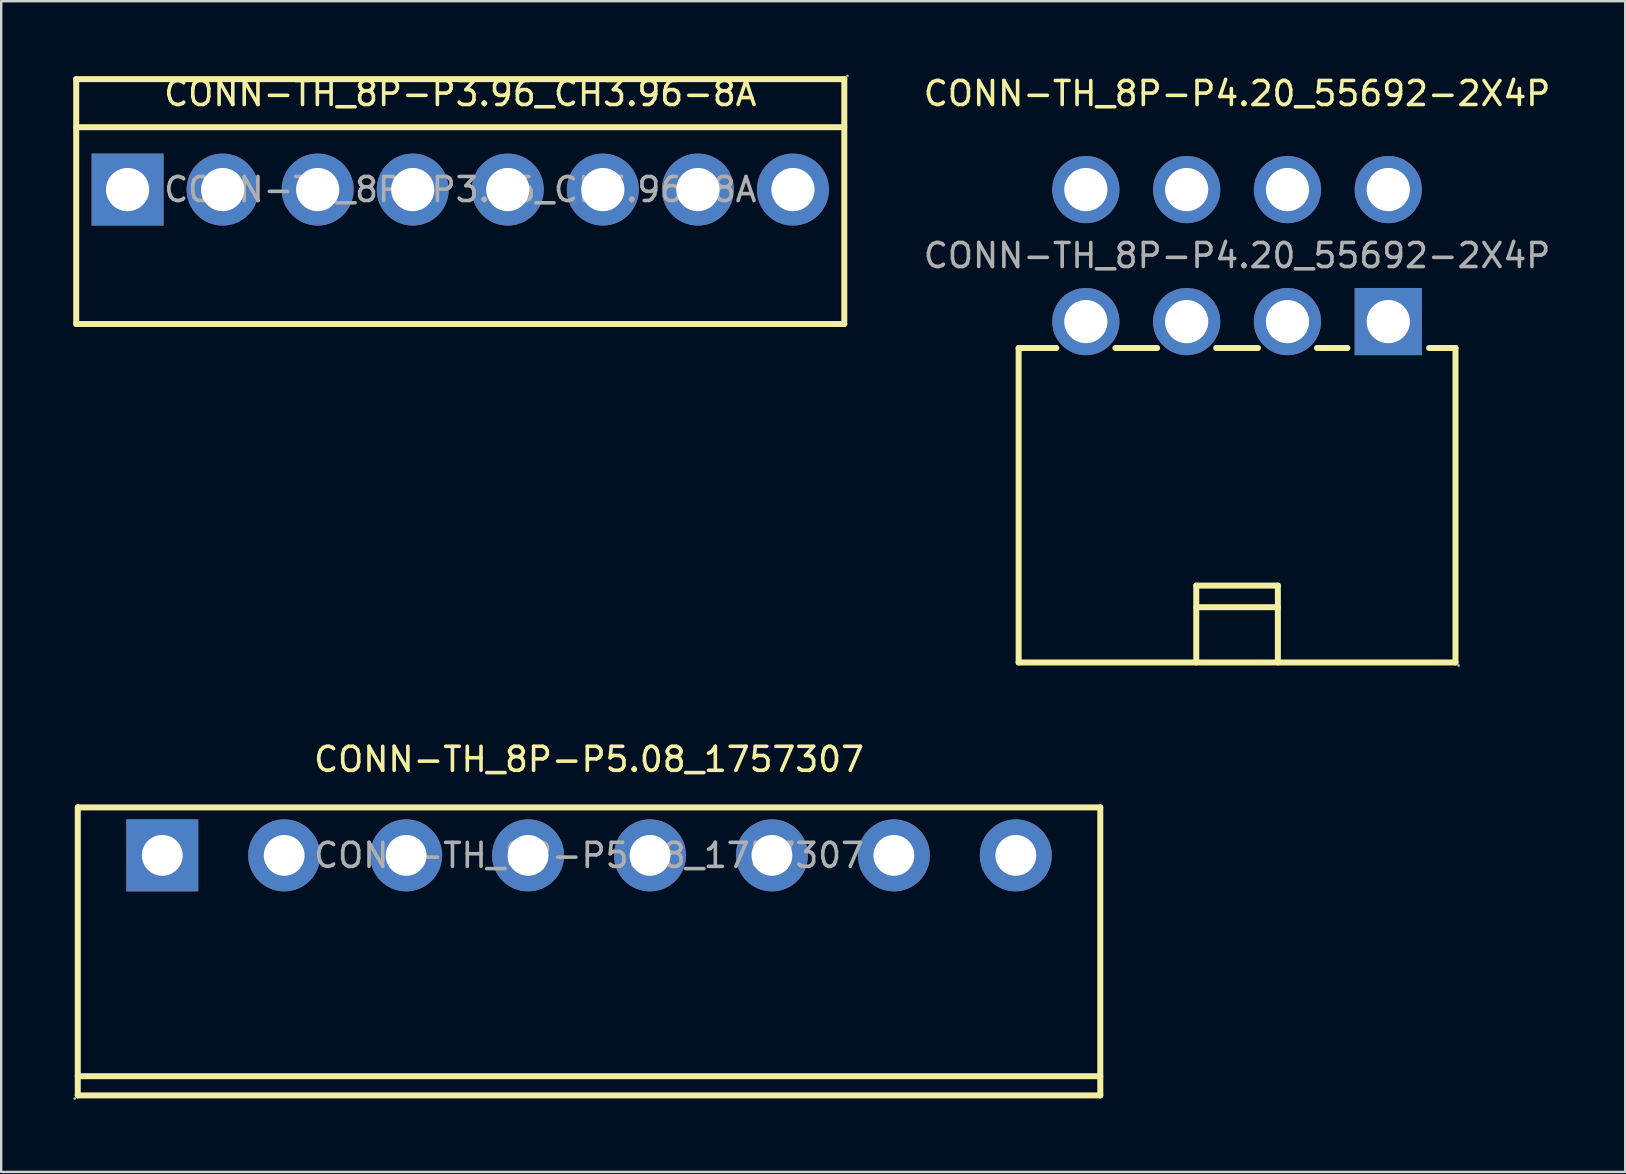
<source format=kicad_pcb>
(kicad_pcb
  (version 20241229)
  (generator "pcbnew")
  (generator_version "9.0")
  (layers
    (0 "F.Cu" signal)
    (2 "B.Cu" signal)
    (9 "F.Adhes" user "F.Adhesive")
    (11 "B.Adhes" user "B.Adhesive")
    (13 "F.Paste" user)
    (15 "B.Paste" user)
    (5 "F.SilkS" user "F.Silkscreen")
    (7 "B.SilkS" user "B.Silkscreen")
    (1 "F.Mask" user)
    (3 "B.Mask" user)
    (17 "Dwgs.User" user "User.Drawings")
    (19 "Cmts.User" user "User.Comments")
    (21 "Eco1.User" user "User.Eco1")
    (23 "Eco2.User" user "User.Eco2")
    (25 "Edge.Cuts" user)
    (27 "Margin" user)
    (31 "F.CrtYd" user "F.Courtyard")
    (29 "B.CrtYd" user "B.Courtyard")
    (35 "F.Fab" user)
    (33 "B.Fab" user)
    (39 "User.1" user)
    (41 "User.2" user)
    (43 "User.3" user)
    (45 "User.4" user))
  (footprint "CONN-TH_8P-P3.96_CH3.96-8A"
    (layer "F.Cu")
    (at 16.125 4.848)
    (property "Reference" "CONN-TH_8P-P3.96_CH3.96-8A" (at 0 -4 0) (layer "F.SilkS") (effects (font (size 1 1) (thickness 0.15))))
    (attr through_hole)
    (fp_line (start -16 -4.6) (end -16 5.6) (stroke (width 0.25) (type solid)) (layer "F.SilkS"))
    (fp_line (start -16 -4.6) (end 16 -4.6) (stroke (width 0.25) (type solid)) (layer "F.SilkS"))
    (fp_line (start -16 -2.6) (end 16 -2.6) (stroke (width 0.25) (type solid)) (layer "F.SilkS"))
    (fp_line (start -16 5.6) (end 16 5.6) (stroke (width 0.25) (type solid)) (layer "F.SilkS"))
    (fp_line (start 16 -4.6) (end 16 5.6) (stroke (width 0.25) (type solid)) (layer "F.SilkS"))
    (fp_circle (center -13.86 0) (end -13.46 0) (stroke (width 0.8) (type solid)) (fill no) (layer "F.Fab"))
    (fp_circle (center -9.9 0) (end -9.5 0) (stroke (width 0.8) (type solid)) (fill no) (layer "F.Fab"))
    (fp_circle (center -5.94 0) (end -5.54 0) (stroke (width 0.8) (type solid)) (fill no) (layer "F.Fab"))
    (fp_circle (center -1.98 0) (end -1.58 0) (stroke (width 0.8) (type solid)) (fill no) (layer "F.Fab"))
    (fp_circle (center 1.98 0) (end 2.38 0) (stroke (width 0.8) (type solid)) (fill no) (layer "F.Fab"))
    (fp_circle (center 5.94 0) (end 6.34 0) (stroke (width 0.8) (type solid)) (fill no) (layer "F.Fab"))
    (fp_circle (center 9.9 0) (end 10.3 0) (stroke (width 0.8) (type solid)) (fill no) (layer "F.Fab"))
    (fp_circle (center 13.86 0) (end 14.26 0) (stroke (width 0.8) (type solid)) (fill no) (layer "F.Fab"))
    (fp_circle (center 16.13 -4.73) (end 16.16 -4.73) (stroke (width 0.06) (type solid)) (fill no) (layer "F.Fab"))
    (fp_text user "${REFERENCE}" (at 0 0 0) (layer "F.Fab") (effects (font (size 1 1) (thickness 0.15))))
    (pad "1" thru_hole rect (at -13.86 0 180) (size 3 3) (drill 1.8) (layers "*.Cu" "*.Paste" "*.Mask"))
    (pad "2" thru_hole circle (at -9.9 0 180) (size 3 3) (drill 1.8) (layers "*.Cu" "*.Paste" "*.Mask"))
    (pad "3" thru_hole circle (at -5.94 0 180) (size 3 3) (drill 1.8) (layers "*.Cu" "*.Paste" "*.Mask"))
    (pad "4" thru_hole circle (at -1.98 0 180) (size 3 3) (drill 1.8) (layers "*.Cu" "*.Paste" "*.Mask"))
    (pad "5" thru_hole circle (at 1.98 0 180) (size 3 3) (drill 1.8) (layers "*.Cu" "*.Paste" "*.Mask"))
    (pad "6" thru_hole circle (at 5.94 0 180) (size 3 3) (drill 1.8) (layers "*.Cu" "*.Paste" "*.Mask"))
    (pad "7" thru_hole circle (at 9.9 0 180) (size 3 3) (drill 1.8) (layers "*.Cu" "*.Paste" "*.Mask"))
    (pad "8" thru_hole circle (at 13.86 0 180) (size 3 3) (drill 1.8) (layers "*.Cu" "*.Paste" "*.Mask")))
  (footprint "CONN-TH_8P-P5.08_1757307"
    (layer "F.Cu")
    (at 21.49 32.587)
    (property "Reference" "CONN-TH_8P-P5.08_1757307" (at 0 -4 0) (layer "F.SilkS") (effects (font (size 1 1) (thickness 0.15))))
    (attr through_hole)
    (fp_line (start -21.3 -2) (end 21.3 -2) (stroke (width 0.25) (type solid)) (layer "F.SilkS"))
    (fp_line (start -21.3 9.2) (end 21.3 9.2) (stroke (width 0.25) (type solid)) (layer "F.SilkS"))
    (fp_line (start -21.3 10) (end -21.3 -2) (stroke (width 0.25) (type solid)) (layer "F.SilkS"))
    (fp_line (start 21.3 -2) (end 21.3 10) (stroke (width 0.25) (type solid)) (layer "F.SilkS"))
    (fp_line (start 21.3 10) (end -21.3 10) (stroke (width 0.25) (type solid)) (layer "F.SilkS"))
    (fp_circle (center -21.43 10.13) (end -21.4 10.13) (stroke (width 0.06) (type solid)) (fill no) (layer "F.Fab"))
    (fp_circle (center -17.78 0) (end -17.4 0) (stroke (width 0.75) (type solid)) (fill no) (layer "F.Fab"))
    (fp_circle (center -12.7 0) (end -12.32 0) (stroke (width 0.75) (type solid)) (fill no) (layer "F.Fab"))
    (fp_circle (center -7.62 0) (end -7.24 0) (stroke (width 0.75) (type solid)) (fill no) (layer "F.Fab"))
    (fp_circle (center -2.54 0) (end -2.16 0) (stroke (width 0.75) (type solid)) (fill no) (layer "F.Fab"))
    (fp_circle (center 2.54 0) (end 2.92 0) (stroke (width 0.75) (type solid)) (fill no) (layer "F.Fab"))
    (fp_circle (center 7.62 0) (end 8 0) (stroke (width 0.75) (type solid)) (fill no) (layer "F.Fab"))
    (fp_circle (center 12.7 0) (end 13.08 0) (stroke (width 0.75) (type solid)) (fill no) (layer "F.Fab"))
    (fp_circle (center 17.78 0) (end 18.16 0) (stroke (width 0.75) (type solid)) (fill no) (layer "F.Fab"))
    (fp_text user "${REFERENCE}" (at 0 0 0) (layer "F.Fab") (effects (font (size 1 1) (thickness 0.15))))
    (pad "1" thru_hole rect (at -17.78 0) (size 3 3) (drill 1.7) (layers "*.Cu" "*.Paste" "*.Mask"))
    (pad "2" thru_hole circle (at -12.7 0) (size 3 3) (drill 1.7) (layers "*.Cu" "*.Paste" "*.Mask"))
    (pad "3" thru_hole circle (at -7.62 0) (size 3 3) (drill 1.7) (layers "*.Cu" "*.Paste" "*.Mask"))
    (pad "4" thru_hole circle (at -2.54 0) (size 3 3) (drill 1.7) (layers "*.Cu" "*.Paste" "*.Mask"))
    (pad "5" thru_hole circle (at 2.54 0) (size 3 3) (drill 1.7) (layers "*.Cu" "*.Paste" "*.Mask"))
    (pad "6" thru_hole circle (at 7.62 0) (size 3 3) (drill 1.7) (layers "*.Cu" "*.Paste" "*.Mask"))
    (pad "7" thru_hole circle (at 12.7 0) (size 3 3) (drill 1.7) (layers "*.Cu" "*.Paste" "*.Mask"))
    (pad "8" thru_hole circle (at 17.78 0) (size 3 3) (drill 1.7) (layers "*.Cu" "*.Paste" "*.Mask")))
  (footprint "CONN-TH_8P-P4.20_55692-2X4P"
    (layer "F.Cu")
    (at 48.488 7.598)
    (property "Reference" "CONN-TH_8P-P4.20_55692-2X4P" (at 0 -6.75 0) (layer "F.SilkS") (effects (font (size 1 1) (thickness 0.15))))
    (attr through_hole)
    (fp_line (start -9.1 3.85) (end -9.1 16.95) (stroke (width 0.25) (type solid)) (layer "F.SilkS"))
    (fp_line (start -9.1 3.85) (end -7.53 3.85) (stroke (width 0.25) (type solid)) (layer "F.SilkS"))
    (fp_line (start -9.1 16.95) (end 9.1 16.95) (stroke (width 0.25) (type solid)) (layer "F.SilkS"))
    (fp_line (start -3.33 3.85) (end -5.07 3.85) (stroke (width 0.25) (type solid)) (layer "F.SilkS"))
    (fp_line (start -1.7 16.95) (end -1.7 13.75) (stroke (width 0.25) (type solid)) (layer "F.SilkS"))
    (fp_line (start 0.87 3.85) (end -0.87 3.85) (stroke (width 0.25) (type solid)) (layer "F.SilkS"))
    (fp_line (start 1.7 13.75) (end -1.7 13.75) (stroke (width 0.25) (type solid)) (layer "F.SilkS"))
    (fp_line (start 1.7 14.65) (end -1.7 14.65) (stroke (width 0.25) (type solid)) (layer "F.SilkS"))
    (fp_line (start 1.7 16.95) (end 1.7 13.75) (stroke (width 0.25) (type solid)) (layer "F.SilkS"))
    (fp_line (start 4.6 3.85) (end 3.33 3.85) (stroke (width 0.25) (type solid)) (layer "F.SilkS"))
    (fp_line (start 9.1 3.85) (end 8 3.85) (stroke (width 0.25) (type solid)) (layer "F.SilkS"))
    (fp_line (start 9.1 3.85) (end 9.1 16.95) (stroke (width 0.25) (type solid)) (layer "F.SilkS"))
    (fp_circle (center -6.3 -2.75) (end -5.9 -2.75) (stroke (width 0.8) (type solid)) (fill no) (layer "F.Fab"))
    (fp_circle (center -6.3 2.75) (end -5.9 2.75) (stroke (width 0.8) (type solid)) (fill no) (layer "F.Fab"))
    (fp_circle (center -2.1 -2.75) (end -1.7 -2.75) (stroke (width 0.8) (type solid)) (fill no) (layer "F.Fab"))
    (fp_circle (center -2.1 2.75) (end -1.7 2.75) (stroke (width 0.8) (type solid)) (fill no) (layer "F.Fab"))
    (fp_circle (center 2.1 -2.75) (end 2.5 -2.75) (stroke (width 0.8) (type solid)) (fill no) (layer "F.Fab"))
    (fp_circle (center 2.1 2.75) (end 2.5 2.75) (stroke (width 0.8) (type solid)) (fill no) (layer "F.Fab"))
    (fp_circle (center 6.3 -2.75) (end 6.7 -2.75) (stroke (width 0.8) (type solid)) (fill no) (layer "F.Fab"))
    (fp_circle (center 6.3 2.75) (end 6.7 2.75) (stroke (width 0.8) (type solid)) (fill no) (layer "F.Fab"))
    (fp_circle (center 9.23 17.08) (end 9.26 17.08) (stroke (width 0.06) (type solid)) (fill no) (layer "F.Fab"))
    (fp_text user "${REFERENCE}" (at 0 0 0) (layer "F.Fab") (effects (font (size 1 1) (thickness 0.15))))
    (pad "1" thru_hole rect (at 6.3 2.75) (size 2.8 2.8) (drill 1.8) (layers "*.Cu" "*.Paste" "*.Mask"))
    (pad "2" thru_hole circle (at 2.1 2.75) (size 2.8 2.8) (drill 1.8) (layers "*.Cu" "*.Paste" "*.Mask"))
    (pad "3" thru_hole circle (at -2.1 2.75) (size 2.8 2.8) (drill 1.8) (layers "*.Cu" "*.Paste" "*.Mask"))
    (pad "4" thru_hole circle (at -6.3 2.75) (size 2.8 2.8) (drill 1.8) (layers "*.Cu" "*.Paste" "*.Mask"))
    (pad "5" thru_hole circle (at 6.3 -2.75) (size 2.8 2.8) (drill 1.8) (layers "*.Cu" "*.Paste" "*.Mask"))
    (pad "6" thru_hole circle (at 2.1 -2.75) (size 2.8 2.8) (drill 1.8) (layers "*.Cu" "*.Paste" "*.Mask"))
    (pad "7" thru_hole circle (at -2.1 -2.75) (size 2.8 2.8) (drill 1.8) (layers "*.Cu" "*.Paste" "*.Mask"))
    (pad "8" thru_hole circle (at -6.3 -2.75) (size 2.8 2.8) (drill 1.8) (layers "*.Cu" "*.Paste" "*.Mask")))
  (gr_rect
    (start -3 -3)
    (end 64.66 45.776)
    (stroke (width 0.1) (type default))
    (fill no)
    (layer "Edge.Cuts")))
</source>
